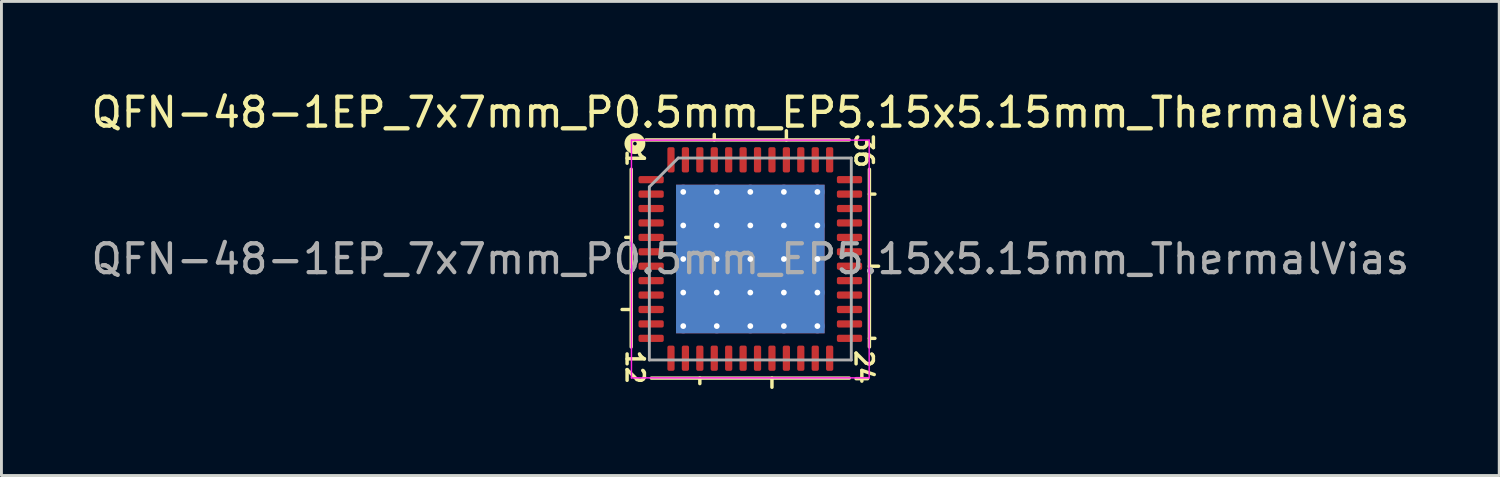
<source format=kicad_pcb>
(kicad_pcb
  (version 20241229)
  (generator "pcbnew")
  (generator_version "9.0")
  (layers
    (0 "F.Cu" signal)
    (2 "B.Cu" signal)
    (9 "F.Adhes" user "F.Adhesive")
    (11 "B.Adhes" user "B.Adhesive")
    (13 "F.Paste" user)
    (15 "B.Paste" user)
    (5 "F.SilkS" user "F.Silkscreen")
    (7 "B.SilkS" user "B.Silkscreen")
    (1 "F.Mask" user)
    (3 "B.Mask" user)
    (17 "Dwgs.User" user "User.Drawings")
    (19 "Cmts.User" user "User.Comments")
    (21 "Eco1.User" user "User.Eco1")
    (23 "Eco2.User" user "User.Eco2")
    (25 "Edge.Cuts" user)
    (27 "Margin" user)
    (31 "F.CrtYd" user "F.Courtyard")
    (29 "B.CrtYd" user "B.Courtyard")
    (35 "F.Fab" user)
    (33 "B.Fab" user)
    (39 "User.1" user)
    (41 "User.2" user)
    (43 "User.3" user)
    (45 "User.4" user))
  (footprint "QFN-48-1EP_7x7mm_P0.5mm_EP5.15x5.15mm_ThermalVias"
    (layer "F.Cu")
    (at 22.958 5.928)
    (property "Reference" "QFN-48-1EP_7x7mm_P0.5mm_EP5.15x5.15mm_ThermalVias" (at 0 -5.08 0) (layer "F.SilkS") (effects (font (size 1 1) (thickness 0.15))))
    (attr smd)
    (fp_line (start -4.128 -3.111) (end -4.128 3.048) (stroke (width 0.12) (type solid)) (layer "F.SilkS"))
    (fp_line (start -4.128 -0.75) (end -4.318 -0.75) (stroke (width 0.12) (type solid)) (layer "F.SilkS"))
    (fp_line (start -4.128 1.75) (end -4.445 1.75) (stroke (width 0.12) (type solid)) (layer "F.SilkS"))
    (fp_line (start -3.429 4.128) (end 3.429 4.128) (stroke (width 0.12) (type solid)) (layer "F.SilkS"))
    (fp_line (start -1.75 4.128) (end -1.75 4.318) (stroke (width 0.12) (type solid)) (layer "F.SilkS"))
    (fp_line (start -1.25 -4.128) (end -1.25 -4.318) (stroke (width 0.12) (type solid)) (layer "F.SilkS"))
    (fp_line (start 0.75 4.128) (end 0.75 4.445) (stroke (width 0.12) (type solid)) (layer "F.SilkS"))
    (fp_line (start 1.25 -4.128) (end 1.25 -4.445) (stroke (width 0.12) (type solid)) (layer "F.SilkS"))
    (fp_line (start 3.429 -4.128) (end -3.619 -4.128) (stroke (width 0.12) (type solid)) (layer "F.SilkS"))
    (fp_line (start 4.128 -2.25) (end 4.318 -2.25) (stroke (width 0.12) (type solid)) (layer "F.SilkS"))
    (fp_line (start 4.128 0.25) (end 4.445 0.25) (stroke (width 0.12) (type solid)) (layer "F.SilkS"))
    (fp_line (start 4.128 2.75) (end 4.318 2.75) (stroke (width 0.12) (type solid)) (layer "F.SilkS"))
    (fp_line (start 4.128 3.048) (end 4.128 -3.111) (stroke (width 0.12) (type solid)) (layer "F.SilkS"))
    (fp_circle (center -4 -4) (end -3.937 -4) (stroke (width 0.3) (type solid)) (fill no) (layer "F.SilkS"))
    (fp_line (start -4.12 -4.12) (end -4.12 4.12) (stroke (width 0.05) (type solid)) (layer "F.CrtYd"))
    (fp_line (start -4.12 4.12) (end 4.12 4.12) (stroke (width 0.05) (type solid)) (layer "F.CrtYd"))
    (fp_line (start 4.12 -4.12) (end -4.12 -4.12) (stroke (width 0.05) (type solid)) (layer "F.CrtYd"))
    (fp_line (start 4.12 4.12) (end 4.12 -4.12) (stroke (width 0.05) (type solid)) (layer "F.CrtYd"))
    (fp_line (start -3.5 -2.5) (end -2.5 -3.5) (stroke (width 0.1) (type solid)) (layer "F.Fab"))
    (fp_line (start -3.5 3.5) (end -3.5 -2.5) (stroke (width 0.1) (type solid)) (layer "F.Fab"))
    (fp_line (start -2.5 -3.5) (end 3.5 -3.5) (stroke (width 0.1) (type solid)) (layer "F.Fab"))
    (fp_line (start 3.5 -3.5) (end 3.5 3.5) (stroke (width 0.1) (type solid)) (layer "F.Fab"))
    (fp_line (start 3.5 3.5) (end -3.5 3.5) (stroke (width 0.1) (type solid)) (layer "F.Fab"))
    (fp_text user "12" (at -4 3.747 270) (unlocked yes) (layer "F.SilkS") (effects (font (size 0.6 0.6) (thickness 0.12))))
    (fp_text user "36" (at 3.937 -3.747 270) (unlocked yes) (layer "F.SilkS") (effects (font (size 0.6 0.6) (thickness 0.12))))
    (fp_text user "24" (at 3.937 3.747 270) (unlocked yes) (layer "F.SilkS") (effects (font (size 0.6 0.6) (thickness 0.12))))
    (fp_text user "1" (at -4 -3.493 270) (unlocked yes) (layer "F.SilkS") (effects (font (size 0.6 0.6) (thickness 0.12))))
    (fp_text user "${REFERENCE}" (at 0 0 0) (layer "F.Fab") (effects (font (size 1 1) (thickness 0.15))))
    (pad "" smd roundrect (at -1.744 -1.744) (size 0.997 0.997) (layers "F.Paste") (roundrect_rratio 0.25))
    (pad "" smd roundrect (at -1.744 -0.581) (size 0.997 0.997) (layers "F.Paste") (roundrect_rratio 0.25))
    (pad "" smd roundrect (at -1.744 0.581) (size 0.997 0.997) (layers "F.Paste") (roundrect_rratio 0.25))
    (pad "" smd roundrect (at -1.744 1.744) (size 0.997 0.997) (layers "F.Paste") (roundrect_rratio 0.25))
    (pad "" smd roundrect (at -0.581 -1.744) (size 0.997 0.997) (layers "F.Paste") (roundrect_rratio 0.25))
    (pad "" smd roundrect (at -0.581 -0.581) (size 0.997 0.997) (layers "F.Paste") (roundrect_rratio 0.25))
    (pad "" smd roundrect (at -0.581 0.581) (size 0.997 0.997) (layers "F.Paste") (roundrect_rratio 0.25))
    (pad "" smd roundrect (at -0.581 1.744) (size 0.997 0.997) (layers "F.Paste") (roundrect_rratio 0.25))
    (pad "" smd roundrect (at 0.581 -1.744) (size 0.997 0.997) (layers "F.Paste") (roundrect_rratio 0.25))
    (pad "" smd roundrect (at 0.581 -0.581) (size 0.997 0.997) (layers "F.Paste") (roundrect_rratio 0.25))
    (pad "" smd roundrect (at 0.581 0.581) (size 0.997 0.997) (layers "F.Paste") (roundrect_rratio 0.25))
    (pad "" smd roundrect (at 0.581 1.744) (size 0.997 0.997) (layers "F.Paste") (roundrect_rratio 0.25))
    (pad "" smd roundrect (at 1.744 -1.744) (size 0.997 0.997) (layers "F.Paste") (roundrect_rratio 0.25))
    (pad "" smd roundrect (at 1.744 -0.581) (size 0.997 0.997) (layers "F.Paste") (roundrect_rratio 0.25))
    (pad "" smd roundrect (at 1.744 0.581) (size 0.997 0.997) (layers "F.Paste") (roundrect_rratio 0.25))
    (pad "" smd roundrect (at 1.744 1.744) (size 0.997 0.997) (layers "F.Paste") (roundrect_rratio 0.25))
    (pad "1" smd roundrect (at -3.438 -2.75) (size 0.875 0.25) (layers "F.Cu" "F.Mask" "F.Paste") (roundrect_rratio 0.25))
    (pad "2" smd roundrect (at -3.438 -2.25) (size 0.875 0.25) (layers "F.Cu" "F.Mask" "F.Paste") (roundrect_rratio 0.25))
    (pad "3" smd roundrect (at -3.438 -1.75) (size 0.875 0.25) (layers "F.Cu" "F.Mask" "F.Paste") (roundrect_rratio 0.25))
    (pad "4" smd roundrect (at -3.438 -1.25) (size 0.875 0.25) (layers "F.Cu" "F.Mask" "F.Paste") (roundrect_rratio 0.25))
    (pad "5" smd roundrect (at -3.438 -0.75) (size 0.875 0.25) (layers "F.Cu" "F.Mask" "F.Paste") (roundrect_rratio 0.25))
    (pad "6" smd roundrect (at -3.438 -0.25) (size 0.875 0.25) (layers "F.Cu" "F.Mask" "F.Paste") (roundrect_rratio 0.25))
    (pad "7" smd roundrect (at -3.438 0.25) (size 0.875 0.25) (layers "F.Cu" "F.Mask" "F.Paste") (roundrect_rratio 0.25))
    (pad "8" smd roundrect (at -3.438 0.75) (size 0.875 0.25) (layers "F.Cu" "F.Mask" "F.Paste") (roundrect_rratio 0.25))
    (pad "9" smd roundrect (at -3.438 1.25) (size 0.875 0.25) (layers "F.Cu" "F.Mask" "F.Paste") (roundrect_rratio 0.25))
    (pad "10" smd roundrect (at -3.438 1.75) (size 0.875 0.25) (layers "F.Cu" "F.Mask" "F.Paste") (roundrect_rratio 0.25))
    (pad "11" smd roundrect (at -3.438 2.25) (size 0.875 0.25) (layers "F.Cu" "F.Mask" "F.Paste") (roundrect_rratio 0.25))
    (pad "12" smd roundrect (at -3.438 2.75) (size 0.875 0.25) (layers "F.Cu" "F.Mask" "F.Paste") (roundrect_rratio 0.25))
    (pad "13" smd roundrect (at -2.75 3.438) (size 0.25 0.875) (layers "F.Cu" "F.Mask" "F.Paste") (roundrect_rratio 0.25))
    (pad "14" smd roundrect (at -2.25 3.438) (size 0.25 0.875) (layers "F.Cu" "F.Mask" "F.Paste") (roundrect_rratio 0.25))
    (pad "15" smd roundrect (at -1.75 3.438) (size 0.25 0.875) (layers "F.Cu" "F.Mask" "F.Paste") (roundrect_rratio 0.25))
    (pad "16" smd roundrect (at -1.25 3.438) (size 0.25 0.875) (layers "F.Cu" "F.Mask" "F.Paste") (roundrect_rratio 0.25))
    (pad "17" smd roundrect (at -0.75 3.438) (size 0.25 0.875) (layers "F.Cu" "F.Mask" "F.Paste") (roundrect_rratio 0.25))
    (pad "18" smd roundrect (at -0.25 3.438) (size 0.25 0.875) (layers "F.Cu" "F.Mask" "F.Paste") (roundrect_rratio 0.25))
    (pad "19" smd roundrect (at 0.25 3.438) (size 0.25 0.875) (layers "F.Cu" "F.Mask" "F.Paste") (roundrect_rratio 0.25))
    (pad "20" smd roundrect (at 0.75 3.438) (size 0.25 0.875) (layers "F.Cu" "F.Mask" "F.Paste") (roundrect_rratio 0.25))
    (pad "21" smd roundrect (at 1.25 3.438) (size 0.25 0.875) (layers "F.Cu" "F.Mask" "F.Paste") (roundrect_rratio 0.25))
    (pad "22" smd roundrect (at 1.75 3.438) (size 0.25 0.875) (layers "F.Cu" "F.Mask" "F.Paste") (roundrect_rratio 0.25))
    (pad "23" smd roundrect (at 2.25 3.438) (size 0.25 0.875) (layers "F.Cu" "F.Mask" "F.Paste") (roundrect_rratio 0.25))
    (pad "24" smd roundrect (at 2.75 3.438) (size 0.25 0.875) (layers "F.Cu" "F.Mask" "F.Paste") (roundrect_rratio 0.25))
    (pad "25" smd roundrect (at 3.438 2.75) (size 0.875 0.25) (layers "F.Cu" "F.Mask" "F.Paste") (roundrect_rratio 0.25))
    (pad "26" smd roundrect (at 3.438 2.25) (size 0.875 0.25) (layers "F.Cu" "F.Mask" "F.Paste") (roundrect_rratio 0.25))
    (pad "27" smd roundrect (at 3.438 1.75) (size 0.875 0.25) (layers "F.Cu" "F.Mask" "F.Paste") (roundrect_rratio 0.25))
    (pad "28" smd roundrect (at 3.438 1.25) (size 0.875 0.25) (layers "F.Cu" "F.Mask" "F.Paste") (roundrect_rratio 0.25))
    (pad "29" smd roundrect (at 3.438 0.75) (size 0.875 0.25) (layers "F.Cu" "F.Mask" "F.Paste") (roundrect_rratio 0.25))
    (pad "30" smd roundrect (at 3.438 0.25) (size 0.875 0.25) (layers "F.Cu" "F.Mask" "F.Paste") (roundrect_rratio 0.25))
    (pad "31" smd roundrect (at 3.438 -0.25) (size 0.875 0.25) (layers "F.Cu" "F.Mask" "F.Paste") (roundrect_rratio 0.25))
    (pad "32" smd roundrect (at 3.438 -0.75) (size 0.875 0.25) (layers "F.Cu" "F.Mask" "F.Paste") (roundrect_rratio 0.25))
    (pad "33" smd roundrect (at 3.438 -1.25) (size 0.875 0.25) (layers "F.Cu" "F.Mask" "F.Paste") (roundrect_rratio 0.25))
    (pad "34" smd roundrect (at 3.438 -1.75) (size 0.875 0.25) (layers "F.Cu" "F.Mask" "F.Paste") (roundrect_rratio 0.25))
    (pad "35" smd roundrect (at 3.438 -2.25) (size 0.875 0.25) (layers "F.Cu" "F.Mask" "F.Paste") (roundrect_rratio 0.25))
    (pad "36" smd roundrect (at 3.438 -2.75) (size 0.875 0.25) (layers "F.Cu" "F.Mask" "F.Paste") (roundrect_rratio 0.25))
    (pad "37" smd roundrect (at 2.75 -3.438) (size 0.25 0.875) (layers "F.Cu" "F.Mask" "F.Paste") (roundrect_rratio 0.25))
    (pad "38" smd roundrect (at 2.25 -3.438) (size 0.25 0.875) (layers "F.Cu" "F.Mask" "F.Paste") (roundrect_rratio 0.25))
    (pad "39" smd roundrect (at 1.75 -3.438) (size 0.25 0.875) (layers "F.Cu" "F.Mask" "F.Paste") (roundrect_rratio 0.25))
    (pad "40" smd roundrect (at 1.25 -3.438) (size 0.25 0.875) (layers "F.Cu" "F.Mask" "F.Paste") (roundrect_rratio 0.25))
    (pad "41" smd roundrect (at 0.75 -3.438) (size 0.25 0.875) (layers "F.Cu" "F.Mask" "F.Paste") (roundrect_rratio 0.25))
    (pad "42" smd roundrect (at 0.25 -3.438) (size 0.25 0.875) (layers "F.Cu" "F.Mask" "F.Paste") (roundrect_rratio 0.25))
    (pad "43" smd roundrect (at -0.25 -3.438) (size 0.25 0.875) (layers "F.Cu" "F.Mask" "F.Paste") (roundrect_rratio 0.25))
    (pad "44" smd roundrect (at -0.75 -3.438) (size 0.25 0.875) (layers "F.Cu" "F.Mask" "F.Paste") (roundrect_rratio 0.25))
    (pad "45" smd roundrect (at -1.25 -3.438) (size 0.25 0.875) (layers "F.Cu" "F.Mask" "F.Paste") (roundrect_rratio 0.25))
    (pad "46" smd roundrect (at -1.75 -3.438) (size 0.25 0.875) (layers "F.Cu" "F.Mask" "F.Paste") (roundrect_rratio 0.25))
    (pad "47" smd roundrect (at -2.25 -3.438) (size 0.25 0.875) (layers "F.Cu" "F.Mask" "F.Paste") (roundrect_rratio 0.25))
    (pad "48" smd roundrect (at -2.75 -3.438) (size 0.25 0.875) (layers "F.Cu" "F.Mask" "F.Paste") (roundrect_rratio 0.25))
    (pad "49" thru_hole circle (at -2.325 -2.325) (size 0.5 0.5) (drill 0.2) (layers "*.Cu"))
    (pad "49" thru_hole circle (at -2.325 -1.163) (size 0.5 0.5) (drill 0.2) (layers "*.Cu"))
    (pad "49" thru_hole circle (at -2.325 0) (size 0.5 0.5) (drill 0.2) (layers "*.Cu"))
    (pad "49" thru_hole circle (at -2.325 1.163) (size 0.5 0.5) (drill 0.2) (layers "*.Cu"))
    (pad "49" thru_hole circle (at -2.325 2.325) (size 0.5 0.5) (drill 0.2) (layers "*.Cu"))
    (pad "49" thru_hole circle (at -1.163 -2.325) (size 0.5 0.5) (drill 0.2) (layers "*.Cu"))
    (pad "49" thru_hole circle (at -1.163 -1.163) (size 0.5 0.5) (drill 0.2) (layers "*.Cu"))
    (pad "49" thru_hole circle (at -1.163 0) (size 0.5 0.5) (drill 0.2) (layers "*.Cu"))
    (pad "49" thru_hole circle (at -1.163 1.163) (size 0.5 0.5) (drill 0.2) (layers "*.Cu"))
    (pad "49" thru_hole circle (at -1.163 2.325) (size 0.5 0.5) (drill 0.2) (layers "*.Cu"))
    (pad "49" thru_hole circle (at 0 -2.325) (size 0.5 0.5) (drill 0.2) (layers "*.Cu"))
    (pad "49" thru_hole circle (at 0 -1.163) (size 0.5 0.5) (drill 0.2) (layers "*.Cu"))
    (pad "49" thru_hole circle (at 0 0) (size 0.5 0.5) (drill 0.2) (layers "*.Cu"))
    (pad "49" smd rect (at 0 0) (size 5.15 5.15) (layers "F.Cu" "F.Mask"))
    (pad "49" smd rect (at 0 0) (size 5.15 5.15) (layers "B.Cu" "B.Mask"))
    (pad "49" thru_hole circle (at 0 1.163) (size 0.5 0.5) (drill 0.2) (layers "*.Cu"))
    (pad "49" thru_hole circle (at 0 2.325) (size 0.5 0.5) (drill 0.2) (layers "*.Cu"))
    (pad "49" thru_hole circle (at 1.163 -2.325) (size 0.5 0.5) (drill 0.2) (layers "*.Cu"))
    (pad "49" thru_hole circle (at 1.163 -1.163) (size 0.5 0.5) (drill 0.2) (layers "*.Cu"))
    (pad "49" thru_hole circle (at 1.163 0) (size 0.5 0.5) (drill 0.2) (layers "*.Cu"))
    (pad "49" thru_hole circle (at 1.163 1.163) (size 0.5 0.5) (drill 0.2) (layers "*.Cu"))
    (pad "49" thru_hole circle (at 1.163 2.325) (size 0.5 0.5) (drill 0.2) (layers "*.Cu"))
    (pad "49" thru_hole circle (at 2.325 -2.325) (size 0.5 0.5) (drill 0.2) (layers "*.Cu"))
    (pad "49" thru_hole circle (at 2.325 -1.163) (size 0.5 0.5) (drill 0.2) (layers "*.Cu"))
    (pad "49" thru_hole circle (at 2.325 0) (size 0.5 0.5) (drill 0.2) (layers "*.Cu"))
    (pad "49" thru_hole circle (at 2.325 1.163) (size 0.5 0.5) (drill 0.2) (layers "*.Cu"))
    (pad "49" thru_hole circle (at 2.325 2.325) (size 0.5 0.5) (drill 0.2) (layers "*.Cu")))
  (gr_rect
    (start -3 -3)
    (end 48.917 13.433)
    (stroke (width 0.1) (type default))
    (fill no)
    (layer "Edge.Cuts")))
</source>
